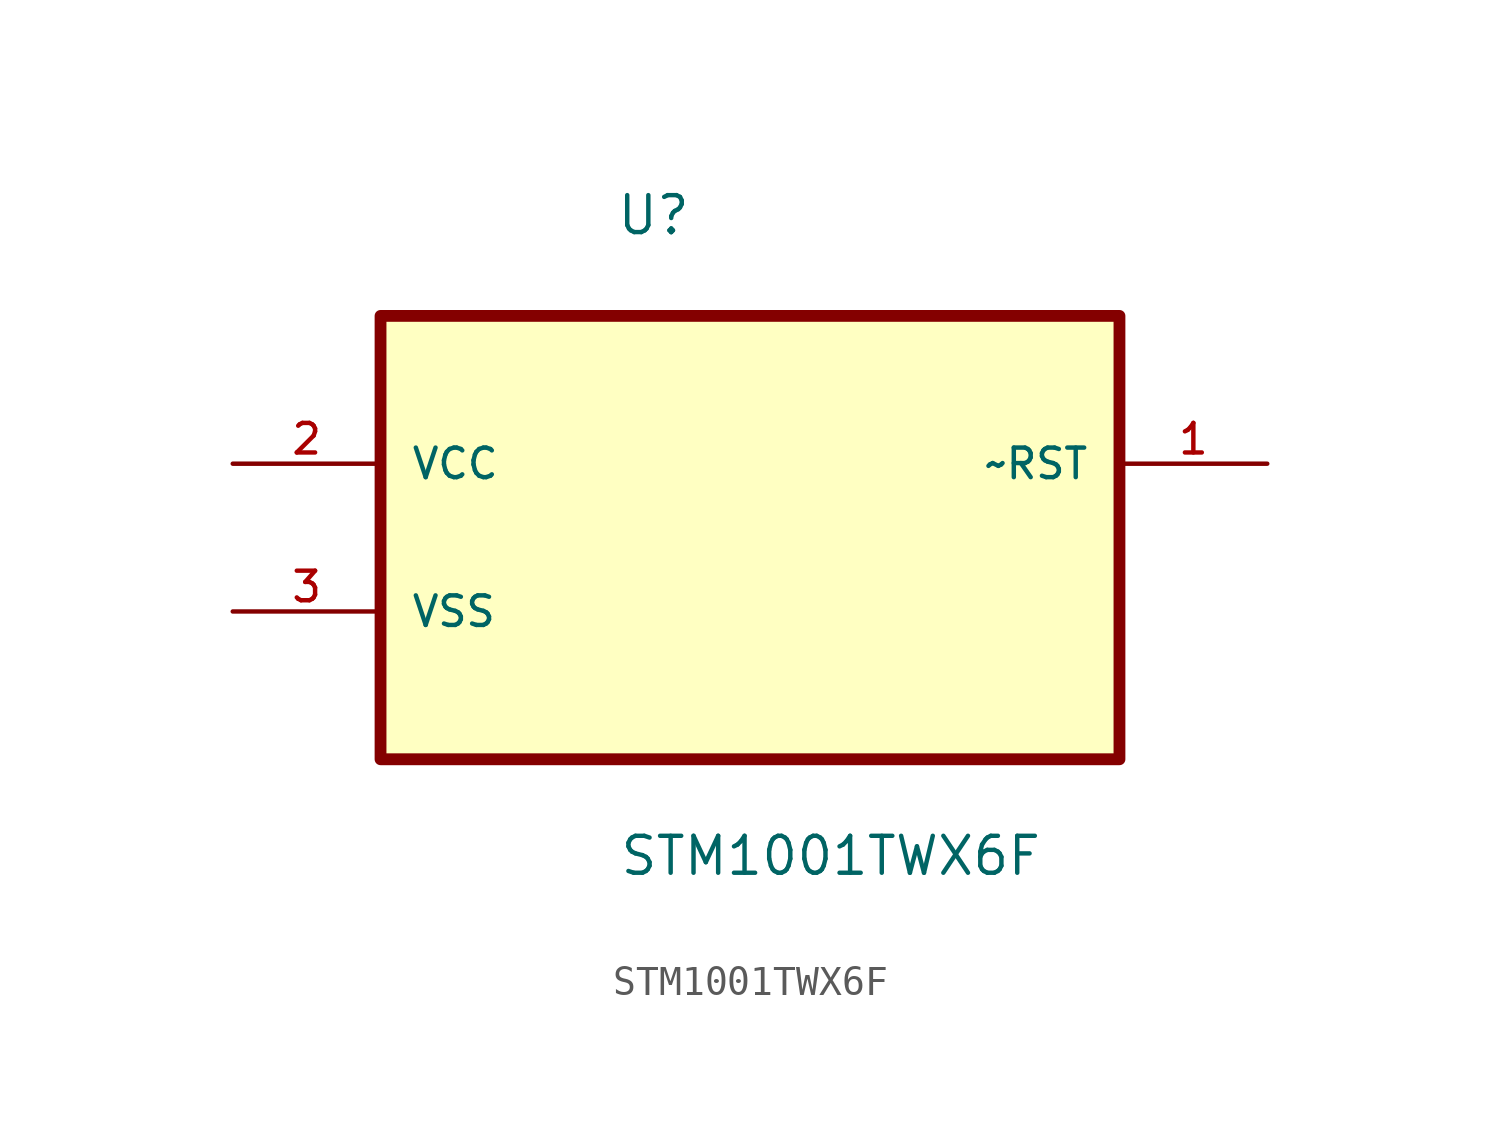
<source format=kicad_sym>
(kicad_symbol_lib
  (version 20241209)
  (generator "kicad_symbol_editor")
  (generator_version "9.0")
  (symbol "STM1001TWX6F"
    (pin_names
      (offset 1.016))
    (property "Reference" "U"
      (at -4.623 7.798 0)
      (effects (font (size 1.27 1.27)) (justify left bottom)))
    (property "Value" "STM1001TWX6F"
      (at -4.521 -14.224 0)
      (effects (font (size 1.27 1.27)) (justify left bottom)))
    (symbol "STM1001TWX6F_0_0"
      (rectangle (start -12.7 -10.16) (end 12.7 5.08) (stroke (width 0.406) (type default)) (fill (type background)))
      (pin power_in line (at -17.78 0 0) (length 5.08) (name "VCC" (effects (font (size 1.016 1.016)))) (number "2" (effects (font (size 1.016 1.016)))))
      (pin passive line (at -17.78 -5.08 0) (length 5.08) (name "VSS" (effects (font (size 1.016 1.016)))) (number "3" (effects (font (size 1.016 1.016)))))
      (pin output line (at 17.78 0 180) (length 5.08) (name "~RST" (effects (font (size 1.016 1.016)))) (number "1" (effects (font (size 1.016 1.016))))))))
</source>
